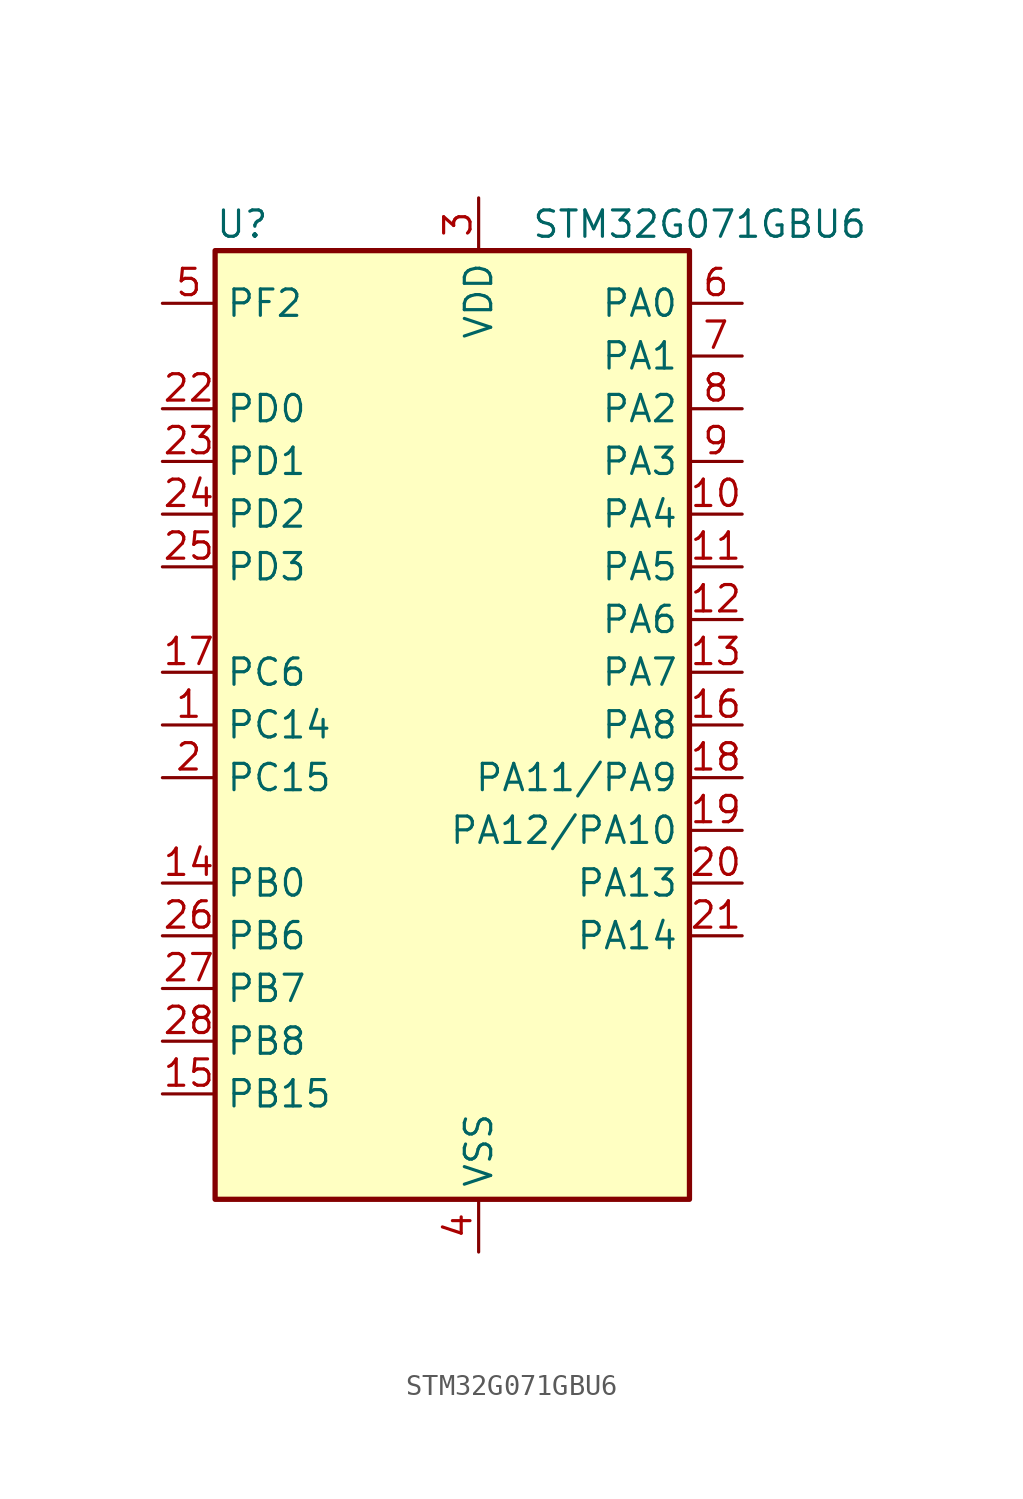
<source format=kicad_sym>
(kicad_symbol_lib
  (version 20220914)
  (generator kicad_db_lib)
  (symbol "STM32G071GBU6"
    (property "Reference" "U"
      (at -10.16 24.13 0)
      (effects (font (size 1.27 1.27)) (justify left)))
    (property "Value" "STM32G071GBU6"
      (at 5.08 24.13 0)
      (effects (font (size 1.27 1.27)) (justify left)))
    (property "ki_locked" ""
      (at 0 0 0)
      (effects (font (size 1.27 1.27))))
    (symbol "STM32G071GBU6_0_1"
      (rectangle (start -10.16 -22.86) (end 12.7 22.86) (stroke (width 0.254) (type default)) (fill (type background))))
    (symbol "STM32G071GBU6_1_1"
      (pin bidirectional line (at -12.7 0 0) (length 2.54) (name "PC14" (effects (font (size 1.27 1.27)))) (number "1" (effects (font (size 1.27 1.27)))) (alternate "RCC_OSC32_IN" bidirectional line) (alternate "RCC_OSC_IN" bidirectional line) (alternate "TIM1_BK2" bidirectional line))
      (pin bidirectional line (at 15.24 10.16 180) (length 2.54) (name "PA4" (effects (font (size 1.27 1.27)))) (number "10" (effects (font (size 1.27 1.27)))) (alternate "ADC1_IN4" bidirectional line) (alternate "DAC1_OUT1" bidirectional line) (alternate "I2S1_WS" bidirectional line) (alternate "LPTIM2_OUT" bidirectional line) (alternate "RTC_OUT_ALARM" bidirectional line) (alternate "RTC_OUT_CALIB" bidirectional line) (alternate "RTC_TAMP_IN1" bidirectional line) (alternate "RTC_TS" bidirectional line) (alternate "SPI1_NSS" bidirectional line) (alternate "SPI2_MOSI" bidirectional line) (alternate "SYS_WKUP2" bidirectional line) (alternate "TIM14_CH1" bidirectional line) (alternate "UCPD2_FRSTX1" bidirectional line) (alternate "UCPD2_FRSTX2" bidirectional line))
      (pin bidirectional line (at 15.24 7.62 180) (length 2.54) (name "PA5" (effects (font (size 1.27 1.27)))) (number "11" (effects (font (size 1.27 1.27)))) (alternate "ADC1_IN5" bidirectional line) (alternate "CEC" bidirectional line) (alternate "DAC1_OUT2" bidirectional line) (alternate "I2S1_CK" bidirectional line) (alternate "LPTIM2_ETR" bidirectional line) (alternate "SPI1_SCK" bidirectional line) (alternate "TIM2_CH1" bidirectional line) (alternate "TIM2_ETR" bidirectional line) (alternate "UCPD1_FRSTX1" bidirectional line) (alternate "UCPD1_FRSTX2" bidirectional line) (alternate "USART3_TX" bidirectional line))
      (pin bidirectional line (at 15.24 5.08 180) (length 2.54) (name "PA6" (effects (font (size 1.27 1.27)))) (number "12" (effects (font (size 1.27 1.27)))) (alternate "ADC1_IN6" bidirectional line) (alternate "COMP1_OUT" bidirectional line) (alternate "I2S1_MCK" bidirectional line) (alternate "LPUART1_CTS" bidirectional line) (alternate "SPI1_MISO" bidirectional line) (alternate "TIM16_CH1" bidirectional line) (alternate "TIM1_BK" bidirectional line) (alternate "TIM3_CH1" bidirectional line) (alternate "USART3_CTS" bidirectional line) (alternate "USART3_NSS" bidirectional line))
      (pin bidirectional line (at 15.24 2.54 180) (length 2.54) (name "PA7" (effects (font (size 1.27 1.27)))) (number "13" (effects (font (size 1.27 1.27)))) (alternate "ADC1_IN7" bidirectional line) (alternate "COMP2_OUT" bidirectional line) (alternate "I2S1_SD" bidirectional line) (alternate "SPI1_MOSI" bidirectional line) (alternate "TIM14_CH1" bidirectional line) (alternate "TIM17_CH1" bidirectional line) (alternate "TIM1_CH1N" bidirectional line) (alternate "TIM3_CH2" bidirectional line) (alternate "UCPD1_FRSTX1" bidirectional line) (alternate "UCPD1_FRSTX2" bidirectional line))
      (pin bidirectional line (at -12.7 -7.62 0) (length 2.54) (name "PB0" (effects (font (size 1.27 1.27)))) (number "14" (effects (font (size 1.27 1.27)))) (alternate "ADC1_IN8" bidirectional line) (alternate "COMP1_OUT" bidirectional line) (alternate "I2S1_WS" bidirectional line) (alternate "LPTIM1_OUT" bidirectional line) (alternate "SPI1_NSS" bidirectional line) (alternate "TIM1_CH2N" bidirectional line) (alternate "TIM3_CH3" bidirectional line) (alternate "UCPD1_DBCC2" bidirectional line) (alternate "UCPD1_FRSTX1" bidirectional line) (alternate "UCPD1_FRSTX2" bidirectional line) (alternate "USART3_RX" bidirectional line))
      (pin bidirectional line (at -12.7 -17.78 0) (length 2.54) (name "PB15" (effects (font (size 1.27 1.27)))) (number "15" (effects (font (size 1.27 1.27)))) (alternate "RTC_REFIN" bidirectional line) (alternate "SPI2_MOSI" bidirectional line) (alternate "TIM15_CH1N" bidirectional line) (alternate "TIM15_CH2" bidirectional line) (alternate "TIM1_CH3N" bidirectional line) (alternate "UCPD1_CC2" bidirectional line))
      (pin bidirectional line (at 15.24 0 180) (length 2.54) (name "PA8" (effects (font (size 1.27 1.27)))) (number "16" (effects (font (size 1.27 1.27)))) (alternate "LPTIM2_OUT" bidirectional line) (alternate "RCC_MCO" bidirectional line) (alternate "SPI2_NSS" bidirectional line) (alternate "TIM1_CH1" bidirectional line) (alternate "UCPD1_CC1" bidirectional line))
      (pin bidirectional line (at -12.7 2.54 0) (length 2.54) (name "PC6" (effects (font (size 1.27 1.27)))) (number "17" (effects (font (size 1.27 1.27)))) (alternate "TIM2_CH3" bidirectional line) (alternate "TIM3_CH1" bidirectional line) (alternate "UCPD1_DBCC1" bidirectional line) (alternate "UCPD1_FRSTX1" bidirectional line) (alternate "UCPD1_FRSTX2" bidirectional line))
      (pin bidirectional line (at 15.24 -2.54 180) (length 2.54) (name "PA11/PA9" (effects (font (size 1.27 1.27)))) (number "18" (effects (font (size 1.27 1.27)))) (alternate "ADC1_EXTI11" bidirectional line) (alternate "COMP1_OUT" bidirectional line) (alternate "I2C2_SCL" bidirectional line) (alternate "I2S1_MCK" bidirectional line) (alternate "SPI1_MISO" bidirectional line) (alternate "TIM1_BK2" bidirectional line) (alternate "TIM1_CH4" bidirectional line) (alternate "USART1_CTS" bidirectional line) (alternate "USART1_NSS" bidirectional line))
      (pin bidirectional line (at 15.24 -5.08 180) (length 2.54) (name "PA12/PA10" (effects (font (size 1.27 1.27)))) (number "19" (effects (font (size 1.27 1.27)))) (alternate "COMP2_OUT" bidirectional line) (alternate "I2C2_SDA" bidirectional line) (alternate "I2S1_SD" bidirectional line) (alternate "I2S_CKIN" bidirectional line) (alternate "SPI1_MOSI" bidirectional line) (alternate "TIM1_ETR" bidirectional line) (alternate "USART1_CK" bidirectional line) (alternate "USART1_DE" bidirectional line) (alternate "USART1_RTS" bidirectional line))
      (pin bidirectional line (at -12.7 -2.54 0) (length 2.54) (name "PC15" (effects (font (size 1.27 1.27)))) (number "2" (effects (font (size 1.27 1.27)))) (alternate "RCC_OSC32_EN" bidirectional line) (alternate "RCC_OSC32_OUT" bidirectional line) (alternate "RCC_OSC_EN" bidirectional line) (alternate "TIM15_BK" bidirectional line))
      (pin bidirectional line (at 15.24 -7.62 180) (length 2.54) (name "PA13" (effects (font (size 1.27 1.27)))) (number "20" (effects (font (size 1.27 1.27)))) (alternate "IR_OUT" bidirectional line) (alternate "SYS_SWDIO" bidirectional line))
      (pin bidirectional line (at 15.24 -10.16 180) (length 2.54) (name "PA14" (effects (font (size 1.27 1.27)))) (number "21" (effects (font (size 1.27 1.27)))) (alternate "SYS_SWCLK" bidirectional line) (alternate "USART2_TX" bidirectional line))
      (pin bidirectional line (at -12.7 15.24 0) (length 2.54) (name "PD0" (effects (font (size 1.27 1.27)))) (number "22" (effects (font (size 1.27 1.27)))) (alternate "SPI2_NSS" bidirectional line) (alternate "TIM16_CH1" bidirectional line) (alternate "UCPD2_CC1" bidirectional line))
      (pin bidirectional line (at -12.7 12.7 0) (length 2.54) (name "PD1" (effects (font (size 1.27 1.27)))) (number "23" (effects (font (size 1.27 1.27)))) (alternate "SPI2_SCK" bidirectional line) (alternate "TIM17_CH1" bidirectional line) (alternate "UCPD2_DBCC1" bidirectional line))
      (pin bidirectional line (at -12.7 10.16 0) (length 2.54) (name "PD2" (effects (font (size 1.27 1.27)))) (number "24" (effects (font (size 1.27 1.27)))) (alternate "TIM1_CH1N" bidirectional line) (alternate "TIM3_ETR" bidirectional line) (alternate "UCPD2_CC2" bidirectional line) (alternate "USART3_CK" bidirectional line) (alternate "USART3_DE" bidirectional line) (alternate "USART3_RTS" bidirectional line))
      (pin bidirectional line (at -12.7 7.62 0) (length 2.54) (name "PD3" (effects (font (size 1.27 1.27)))) (number "25" (effects (font (size 1.27 1.27)))) (alternate "SPI2_MISO" bidirectional line) (alternate "TIM1_CH2N" bidirectional line) (alternate "UCPD2_DBCC2" bidirectional line) (alternate "USART2_CTS" bidirectional line) (alternate "USART2_NSS" bidirectional line))
      (pin bidirectional line (at -12.7 -10.16 0) (length 2.54) (name "PB6" (effects (font (size 1.27 1.27)))) (number "26" (effects (font (size 1.27 1.27)))) (alternate "COMP2_INP" bidirectional line) (alternate "I2C1_SCL" bidirectional line) (alternate "LPTIM1_ETR" bidirectional line) (alternate "SPI2_MISO" bidirectional line) (alternate "TIM16_CH1N" bidirectional line) (alternate "TIM1_CH3" bidirectional line) (alternate "USART1_TX" bidirectional line))
      (pin bidirectional line (at -12.7 -12.7 0) (length 2.54) (name "PB7" (effects (font (size 1.27 1.27)))) (number "27" (effects (font (size 1.27 1.27)))) (alternate "COMP2_INM" bidirectional line) (alternate "I2C1_SDA" bidirectional line) (alternate "LPTIM1_IN2" bidirectional line) (alternate "SPI2_MOSI" bidirectional line) (alternate "SYS_PVD_IN" bidirectional line) (alternate "TIM17_CH1N" bidirectional line) (alternate "USART1_RX" bidirectional line) (alternate "USART4_CTS" bidirectional line) (alternate "USART4_NSS" bidirectional line))
      (pin bidirectional line (at -12.7 -15.24 0) (length 2.54) (name "PB8" (effects (font (size 1.27 1.27)))) (number "28" (effects (font (size 1.27 1.27)))) (alternate "CEC" bidirectional line) (alternate "I2C1_SCL" bidirectional line) (alternate "SPI2_SCK" bidirectional line) (alternate "TIM15_BK" bidirectional line) (alternate "TIM16_CH1" bidirectional line) (alternate "USART3_TX" bidirectional line))
      (pin power_in line (at 2.54 25.4 270) (length 2.54) (name "VDD" (effects (font (size 1.27 1.27)))) (number "3" (effects (font (size 1.27 1.27)))))
      (pin power_in line (at 2.54 -25.4 90) (length 2.54) (name "VSS" (effects (font (size 1.27 1.27)))) (number "4" (effects (font (size 1.27 1.27)))))
      (pin bidirectional line (at -12.7 20.32 0) (length 2.54) (name "PF2" (effects (font (size 1.27 1.27)))) (number "5" (effects (font (size 1.27 1.27)))) (alternate "RCC_MCO" bidirectional line))
      (pin bidirectional line (at 15.24 20.32 180) (length 2.54) (name "PA0" (effects (font (size 1.27 1.27)))) (number "6" (effects (font (size 1.27 1.27)))) (alternate "ADC1_IN0" bidirectional line) (alternate "COMP1_INM" bidirectional line) (alternate "COMP1_OUT" bidirectional line) (alternate "LPTIM1_OUT" bidirectional line) (alternate "RTC_TAMP_IN2" bidirectional line) (alternate "SPI2_SCK" bidirectional line) (alternate "SYS_WKUP1" bidirectional line) (alternate "TIM2_CH1" bidirectional line) (alternate "TIM2_ETR" bidirectional line) (alternate "UCPD2_FRSTX1" bidirectional line) (alternate "UCPD2_FRSTX2" bidirectional line) (alternate "USART2_CTS" bidirectional line) (alternate "USART2_NSS" bidirectional line) (alternate "USART4_TX" bidirectional line))
      (pin bidirectional line (at 15.24 17.78 180) (length 2.54) (name "PA1" (effects (font (size 1.27 1.27)))) (number "7" (effects (font (size 1.27 1.27)))) (alternate "ADC1_IN1" bidirectional line) (alternate "COMP1_INP" bidirectional line) (alternate "I2C1_SMBA" bidirectional line) (alternate "I2S1_CK" bidirectional line) (alternate "SPI1_SCK" bidirectional line) (alternate "TIM15_CH1N" bidirectional line) (alternate "TIM2_CH2" bidirectional line) (alternate "USART2_CK" bidirectional line) (alternate "USART2_DE" bidirectional line) (alternate "USART2_RTS" bidirectional line) (alternate "USART4_RX" bidirectional line))
      (pin bidirectional line (at 15.24 15.24 180) (length 2.54) (name "PA2" (effects (font (size 1.27 1.27)))) (number "8" (effects (font (size 1.27 1.27)))) (alternate "ADC1_IN2" bidirectional line) (alternate "COMP2_INM" bidirectional line) (alternate "COMP2_OUT" bidirectional line) (alternate "I2S1_SD" bidirectional line) (alternate "LPUART1_TX" bidirectional line) (alternate "RCC_LSCO" bidirectional line) (alternate "SPI1_MOSI" bidirectional line) (alternate "SYS_WKUP4" bidirectional line) (alternate "TIM15_CH1" bidirectional line) (alternate "TIM2_CH3" bidirectional line) (alternate "UCPD1_FRSTX1" bidirectional line) (alternate "UCPD1_FRSTX2" bidirectional line) (alternate "USART2_TX" bidirectional line))
      (pin bidirectional line (at 15.24 12.7 180) (length 2.54) (name "PA3" (effects (font (size 1.27 1.27)))) (number "9" (effects (font (size 1.27 1.27)))) (alternate "ADC1_IN3" bidirectional line) (alternate "COMP2_INP" bidirectional line) (alternate "LPUART1_RX" bidirectional line) (alternate "SPI2_MISO" bidirectional line) (alternate "TIM15_CH2" bidirectional line) (alternate "TIM2_CH4" bidirectional line) (alternate "UCPD2_FRSTX1" bidirectional line) (alternate "UCPD2_FRSTX2" bidirectional line) (alternate "USART2_RX" bidirectional line)))))
</source>
